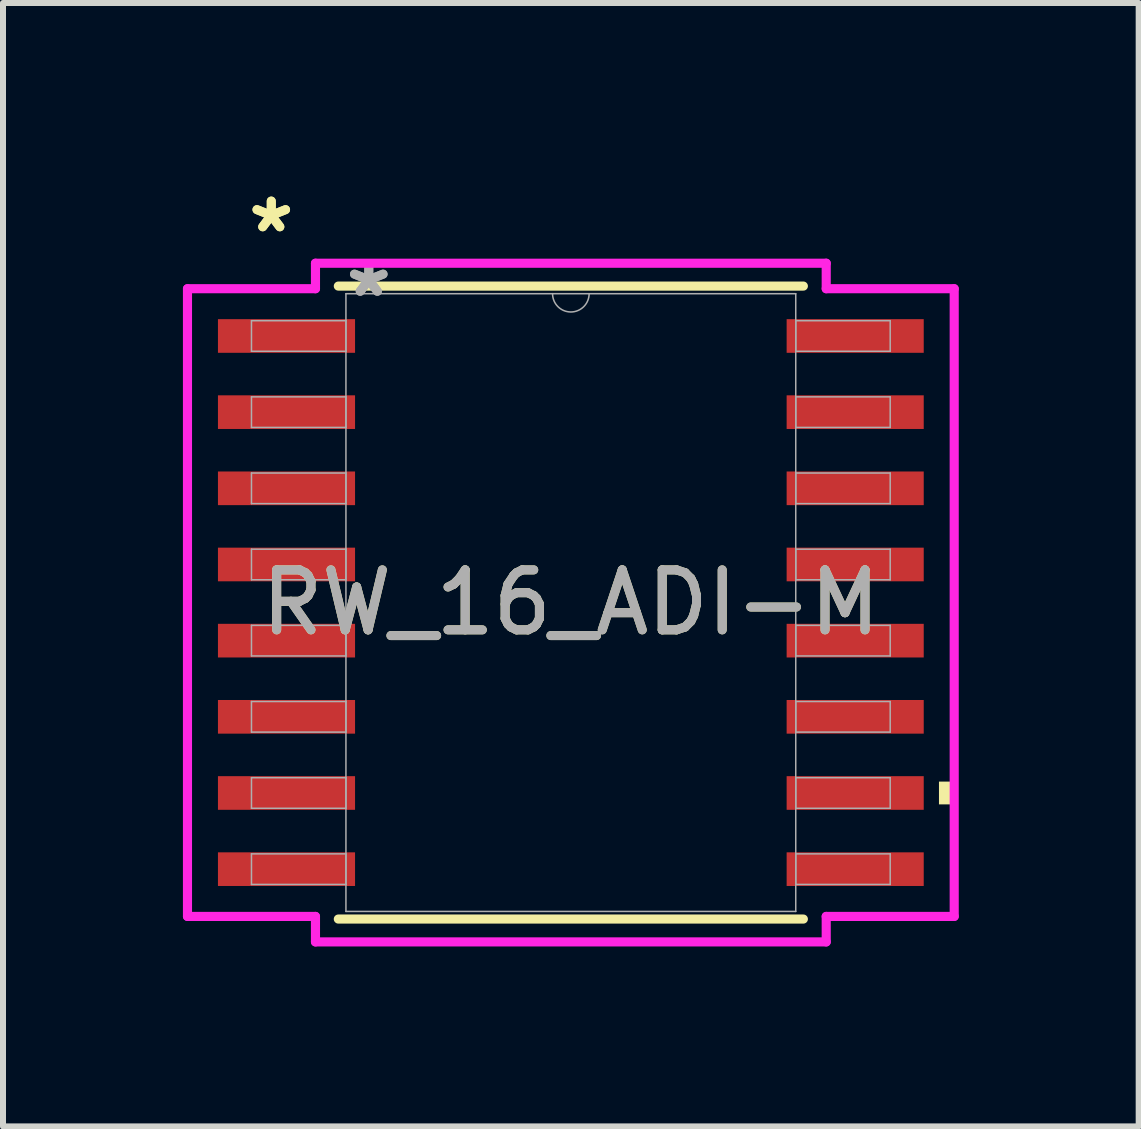
<source format=kicad_pcb>
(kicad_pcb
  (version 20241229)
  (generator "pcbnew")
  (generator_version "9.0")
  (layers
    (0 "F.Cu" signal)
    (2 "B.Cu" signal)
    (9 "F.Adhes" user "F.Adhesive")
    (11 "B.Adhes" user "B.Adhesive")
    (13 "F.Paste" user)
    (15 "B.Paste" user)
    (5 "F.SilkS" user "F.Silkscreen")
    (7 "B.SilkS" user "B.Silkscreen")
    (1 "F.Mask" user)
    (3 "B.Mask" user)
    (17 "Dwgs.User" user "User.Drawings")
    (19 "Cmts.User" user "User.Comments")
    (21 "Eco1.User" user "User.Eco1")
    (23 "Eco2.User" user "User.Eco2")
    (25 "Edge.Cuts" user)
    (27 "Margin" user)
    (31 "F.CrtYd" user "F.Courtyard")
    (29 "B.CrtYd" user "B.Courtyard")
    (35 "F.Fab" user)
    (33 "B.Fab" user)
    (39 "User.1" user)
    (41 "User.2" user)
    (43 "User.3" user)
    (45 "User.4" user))
  (footprint "RW_16_ADI-M"
    (layer "F.Cu")
    (at 6.468 6.997)
    (property "Reference" "RW_16_ADI-M" (at 0 0 0) (unlocked yes) (layer "F.SilkS") (effects (font (size 1 1) (thickness 0.15))))
    (attr smd)
    (fp_line (start -3.877 5.277) (end 3.877 5.277) (stroke (width 0.152) (type solid)) (layer "F.SilkS"))
    (fp_line (start 3.877 -5.277) (end -3.877 -5.277) (stroke (width 0.152) (type solid)) (layer "F.SilkS"))
    (fp_poly (pts (xy 6.392 2.985) (xy 6.392 3.365) (xy 6.138 3.365) (xy 6.138 2.985)) (stroke (width 0) (type solid)) (fill yes) (layer "F.SilkS"))
    (fp_line (start -6.392 -5.233) (end -4.258 -5.233) (stroke (width 0.152) (type solid)) (layer "F.CrtYd"))
    (fp_line (start -6.392 5.233) (end -6.392 -5.233) (stroke (width 0.152) (type solid)) (layer "F.CrtYd"))
    (fp_line (start -6.392 5.233) (end -4.258 5.233) (stroke (width 0.152) (type solid)) (layer "F.CrtYd"))
    (fp_line (start -4.258 -5.658) (end 4.258 -5.658) (stroke (width 0.152) (type solid)) (layer "F.CrtYd"))
    (fp_line (start -4.258 -5.233) (end -4.258 -5.658) (stroke (width 0.152) (type solid)) (layer "F.CrtYd"))
    (fp_line (start -4.258 5.658) (end -4.258 5.233) (stroke (width 0.152) (type solid)) (layer "F.CrtYd"))
    (fp_line (start 4.258 -5.658) (end 4.258 -5.233) (stroke (width 0.152) (type solid)) (layer "F.CrtYd"))
    (fp_line (start 4.258 5.233) (end 4.258 5.658) (stroke (width 0.152) (type solid)) (layer "F.CrtYd"))
    (fp_line (start 4.258 5.658) (end -4.258 5.658) (stroke (width 0.152) (type solid)) (layer "F.CrtYd"))
    (fp_line (start 6.392 -5.233) (end 4.258 -5.233) (stroke (width 0.152) (type solid)) (layer "F.CrtYd"))
    (fp_line (start 6.392 -5.233) (end 6.392 5.233) (stroke (width 0.152) (type solid)) (layer "F.CrtYd"))
    (fp_line (start 6.392 5.233) (end 4.258 5.233) (stroke (width 0.152) (type solid)) (layer "F.CrtYd"))
    (fp_line (start -5.325 -4.7) (end -5.325 -4.19) (stroke (width 0.025) (type solid)) (layer "F.Fab"))
    (fp_line (start -5.325 -4.19) (end -3.75 -4.19) (stroke (width 0.025) (type solid)) (layer "F.Fab"))
    (fp_line (start -5.325 -3.43) (end -5.325 -2.92) (stroke (width 0.025) (type solid)) (layer "F.Fab"))
    (fp_line (start -5.325 -2.92) (end -3.75 -2.92) (stroke (width 0.025) (type solid)) (layer "F.Fab"))
    (fp_line (start -5.325 -2.16) (end -5.325 -1.65) (stroke (width 0.025) (type solid)) (layer "F.Fab"))
    (fp_line (start -5.325 -1.65) (end -3.75 -1.65) (stroke (width 0.025) (type solid)) (layer "F.Fab"))
    (fp_line (start -5.325 -0.89) (end -5.325 -0.38) (stroke (width 0.025) (type solid)) (layer "F.Fab"))
    (fp_line (start -5.325 -0.38) (end -3.75 -0.38) (stroke (width 0.025) (type solid)) (layer "F.Fab"))
    (fp_line (start -5.325 0.38) (end -5.325 0.89) (stroke (width 0.025) (type solid)) (layer "F.Fab"))
    (fp_line (start -5.325 0.89) (end -3.75 0.89) (stroke (width 0.025) (type solid)) (layer "F.Fab"))
    (fp_line (start -5.325 1.65) (end -5.325 2.16) (stroke (width 0.025) (type solid)) (layer "F.Fab"))
    (fp_line (start -5.325 2.16) (end -3.75 2.16) (stroke (width 0.025) (type solid)) (layer "F.Fab"))
    (fp_line (start -5.325 2.92) (end -5.325 3.43) (stroke (width 0.025) (type solid)) (layer "F.Fab"))
    (fp_line (start -5.325 3.43) (end -3.75 3.43) (stroke (width 0.025) (type solid)) (layer "F.Fab"))
    (fp_line (start -5.325 4.19) (end -5.325 4.7) (stroke (width 0.025) (type solid)) (layer "F.Fab"))
    (fp_line (start -5.325 4.7) (end -3.75 4.7) (stroke (width 0.025) (type solid)) (layer "F.Fab"))
    (fp_line (start -3.75 -5.15) (end -3.75 5.15) (stroke (width 0.025) (type solid)) (layer "F.Fab"))
    (fp_line (start -3.75 -4.7) (end -5.325 -4.7) (stroke (width 0.025) (type solid)) (layer "F.Fab"))
    (fp_line (start -3.75 -4.19) (end -3.75 -4.7) (stroke (width 0.025) (type solid)) (layer "F.Fab"))
    (fp_line (start -3.75 -3.43) (end -5.325 -3.43) (stroke (width 0.025) (type solid)) (layer "F.Fab"))
    (fp_line (start -3.75 -2.92) (end -3.75 -3.43) (stroke (width 0.025) (type solid)) (layer "F.Fab"))
    (fp_line (start -3.75 -2.16) (end -5.325 -2.16) (stroke (width 0.025) (type solid)) (layer "F.Fab"))
    (fp_line (start -3.75 -1.65) (end -3.75 -2.16) (stroke (width 0.025) (type solid)) (layer "F.Fab"))
    (fp_line (start -3.75 -0.89) (end -5.325 -0.89) (stroke (width 0.025) (type solid)) (layer "F.Fab"))
    (fp_line (start -3.75 -0.38) (end -3.75 -0.89) (stroke (width 0.025) (type solid)) (layer "F.Fab"))
    (fp_line (start -3.75 0.38) (end -5.325 0.38) (stroke (width 0.025) (type solid)) (layer "F.Fab"))
    (fp_line (start -3.75 0.89) (end -3.75 0.38) (stroke (width 0.025) (type solid)) (layer "F.Fab"))
    (fp_line (start -3.75 1.65) (end -5.325 1.65) (stroke (width 0.025) (type solid)) (layer "F.Fab"))
    (fp_line (start -3.75 2.16) (end -3.75 1.65) (stroke (width 0.025) (type solid)) (layer "F.Fab"))
    (fp_line (start -3.75 2.92) (end -5.325 2.92) (stroke (width 0.025) (type solid)) (layer "F.Fab"))
    (fp_line (start -3.75 3.43) (end -3.75 2.92) (stroke (width 0.025) (type solid)) (layer "F.Fab"))
    (fp_line (start -3.75 4.19) (end -5.325 4.19) (stroke (width 0.025) (type solid)) (layer "F.Fab"))
    (fp_line (start -3.75 4.7) (end -3.75 4.19) (stroke (width 0.025) (type solid)) (layer "F.Fab"))
    (fp_line (start -3.75 5.15) (end 3.75 5.15) (stroke (width 0.025) (type solid)) (layer "F.Fab"))
    (fp_line (start 3.75 -5.15) (end -3.75 -5.15) (stroke (width 0.025) (type solid)) (layer "F.Fab"))
    (fp_line (start 3.75 -4.7) (end 3.75 -4.19) (stroke (width 0.025) (type solid)) (layer "F.Fab"))
    (fp_line (start 3.75 -4.19) (end 5.325 -4.19) (stroke (width 0.025) (type solid)) (layer "F.Fab"))
    (fp_line (start 3.75 -3.43) (end 3.75 -2.92) (stroke (width 0.025) (type solid)) (layer "F.Fab"))
    (fp_line (start 3.75 -2.92) (end 5.325 -2.92) (stroke (width 0.025) (type solid)) (layer "F.Fab"))
    (fp_line (start 3.75 -2.16) (end 3.75 -1.65) (stroke (width 0.025) (type solid)) (layer "F.Fab"))
    (fp_line (start 3.75 -1.65) (end 5.325 -1.65) (stroke (width 0.025) (type solid)) (layer "F.Fab"))
    (fp_line (start 3.75 -0.89) (end 3.75 -0.38) (stroke (width 0.025) (type solid)) (layer "F.Fab"))
    (fp_line (start 3.75 -0.38) (end 5.325 -0.38) (stroke (width 0.025) (type solid)) (layer "F.Fab"))
    (fp_line (start 3.75 0.38) (end 3.75 0.89) (stroke (width 0.025) (type solid)) (layer "F.Fab"))
    (fp_line (start 3.75 0.89) (end 5.325 0.89) (stroke (width 0.025) (type solid)) (layer "F.Fab"))
    (fp_line (start 3.75 1.65) (end 3.75 2.16) (stroke (width 0.025) (type solid)) (layer "F.Fab"))
    (fp_line (start 3.75 2.16) (end 5.325 2.16) (stroke (width 0.025) (type solid)) (layer "F.Fab"))
    (fp_line (start 3.75 2.92) (end 3.75 3.43) (stroke (width 0.025) (type solid)) (layer "F.Fab"))
    (fp_line (start 3.75 3.43) (end 5.325 3.43) (stroke (width 0.025) (type solid)) (layer "F.Fab"))
    (fp_line (start 3.75 4.19) (end 3.75 4.7) (stroke (width 0.025) (type solid)) (layer "F.Fab"))
    (fp_line (start 3.75 4.7) (end 5.325 4.7) (stroke (width 0.025) (type solid)) (layer "F.Fab"))
    (fp_line (start 3.75 5.15) (end 3.75 -5.15) (stroke (width 0.025) (type solid)) (layer "F.Fab"))
    (fp_line (start 5.325 -4.7) (end 3.75 -4.7) (stroke (width 0.025) (type solid)) (layer "F.Fab"))
    (fp_line (start 5.325 -4.19) (end 5.325 -4.7) (stroke (width 0.025) (type solid)) (layer "F.Fab"))
    (fp_line (start 5.325 -3.43) (end 3.75 -3.43) (stroke (width 0.025) (type solid)) (layer "F.Fab"))
    (fp_line (start 5.325 -2.92) (end 5.325 -3.43) (stroke (width 0.025) (type solid)) (layer "F.Fab"))
    (fp_line (start 5.325 -2.16) (end 3.75 -2.16) (stroke (width 0.025) (type solid)) (layer "F.Fab"))
    (fp_line (start 5.325 -1.65) (end 5.325 -2.16) (stroke (width 0.025) (type solid)) (layer "F.Fab"))
    (fp_line (start 5.325 -0.89) (end 3.75 -0.89) (stroke (width 0.025) (type solid)) (layer "F.Fab"))
    (fp_line (start 5.325 -0.38) (end 5.325 -0.89) (stroke (width 0.025) (type solid)) (layer "F.Fab"))
    (fp_line (start 5.325 0.38) (end 3.75 0.38) (stroke (width 0.025) (type solid)) (layer "F.Fab"))
    (fp_line (start 5.325 0.89) (end 5.325 0.38) (stroke (width 0.025) (type solid)) (layer "F.Fab"))
    (fp_line (start 5.325 1.65) (end 3.75 1.65) (stroke (width 0.025) (type solid)) (layer "F.Fab"))
    (fp_line (start 5.325 2.16) (end 5.325 1.65) (stroke (width 0.025) (type solid)) (layer "F.Fab"))
    (fp_line (start 5.325 2.92) (end 3.75 2.92) (stroke (width 0.025) (type solid)) (layer "F.Fab"))
    (fp_line (start 5.325 3.43) (end 5.325 2.92) (stroke (width 0.025) (type solid)) (layer "F.Fab"))
    (fp_line (start 5.325 4.19) (end 3.75 4.19) (stroke (width 0.025) (type solid)) (layer "F.Fab"))
    (fp_line (start 5.325 4.7) (end 5.325 4.19) (stroke (width 0.025) (type solid)) (layer "F.Fab"))
    (fp_arc (start 0.3048 -5.15) (mid 0 -4.8452) (end -0.3048 -5.15) (stroke (width 0.0254) (type solid)) (layer "F.Fab"))
    (fp_text user "*" (at -4.995 -6.149 0) (unlocked yes) (layer "F.SilkS") (effects (font (size 1 1) (thickness 0.15))))
    (fp_text user "*" (at -4.995 -6.149 0) (layer "F.SilkS") (effects (font (size 1 1) (thickness 0.15))))
    (fp_text user "*" (at -3.369 -5.074 0) (unlocked yes) (layer "F.Fab") (effects (font (size 1 1) (thickness 0.15))))
    (fp_text user "${REFERENCE}" (at 0 0 0) (unlocked yes) (layer "F.Fab") (effects (font (size 1 1) (thickness 0.15))))
    (fp_text user "*" (at -3.369 -5.074 0) (layer "F.Fab") (effects (font (size 1 1) (thickness 0.15))))
    (pad "1" smd rect (at -4.741 -4.445) (size 2.286 0.561) (layers "F.Cu" "F.Mask" "F.Paste"))
    (pad "2" smd rect (at -4.741 -3.175) (size 2.286 0.561) (layers "F.Cu" "F.Mask" "F.Paste"))
    (pad "3" smd rect (at -4.741 -1.905) (size 2.286 0.561) (layers "F.Cu" "F.Mask" "F.Paste"))
    (pad "4" smd rect (at -4.741 -0.635) (size 2.286 0.561) (layers "F.Cu" "F.Mask" "F.Paste"))
    (pad "5" smd rect (at -4.741 0.635) (size 2.286 0.561) (layers "F.Cu" "F.Mask" "F.Paste"))
    (pad "6" smd rect (at -4.741 1.905) (size 2.286 0.561) (layers "F.Cu" "F.Mask" "F.Paste"))
    (pad "7" smd rect (at -4.741 3.175) (size 2.286 0.561) (layers "F.Cu" "F.Mask" "F.Paste"))
    (pad "8" smd rect (at -4.741 4.445) (size 2.286 0.561) (layers "F.Cu" "F.Mask" "F.Paste"))
    (pad "9" smd rect (at 4.741 4.445) (size 2.286 0.561) (layers "F.Cu" "F.Mask" "F.Paste"))
    (pad "10" smd rect (at 4.741 3.175) (size 2.286 0.561) (layers "F.Cu" "F.Mask" "F.Paste"))
    (pad "11" smd rect (at 4.741 1.905) (size 2.286 0.561) (layers "F.Cu" "F.Mask" "F.Paste"))
    (pad "12" smd rect (at 4.741 0.635) (size 2.286 0.561) (layers "F.Cu" "F.Mask" "F.Paste"))
    (pad "13" smd rect (at 4.741 -0.635) (size 2.286 0.561) (layers "F.Cu" "F.Mask" "F.Paste"))
    (pad "14" smd rect (at 4.741 -1.905) (size 2.286 0.561) (layers "F.Cu" "F.Mask" "F.Paste"))
    (pad "15" smd rect (at 4.741 -3.175) (size 2.286 0.561) (layers "F.Cu" "F.Mask" "F.Paste"))
    (pad "16" smd rect (at 4.741 -4.445) (size 2.286 0.561) (layers "F.Cu" "F.Mask" "F.Paste")))
  (gr_rect
    (start -3 -3)
    (end 15.936 15.731)
    (stroke (width 0.1) (type default))
    (fill no)
    (layer "Edge.Cuts")))
</source>
